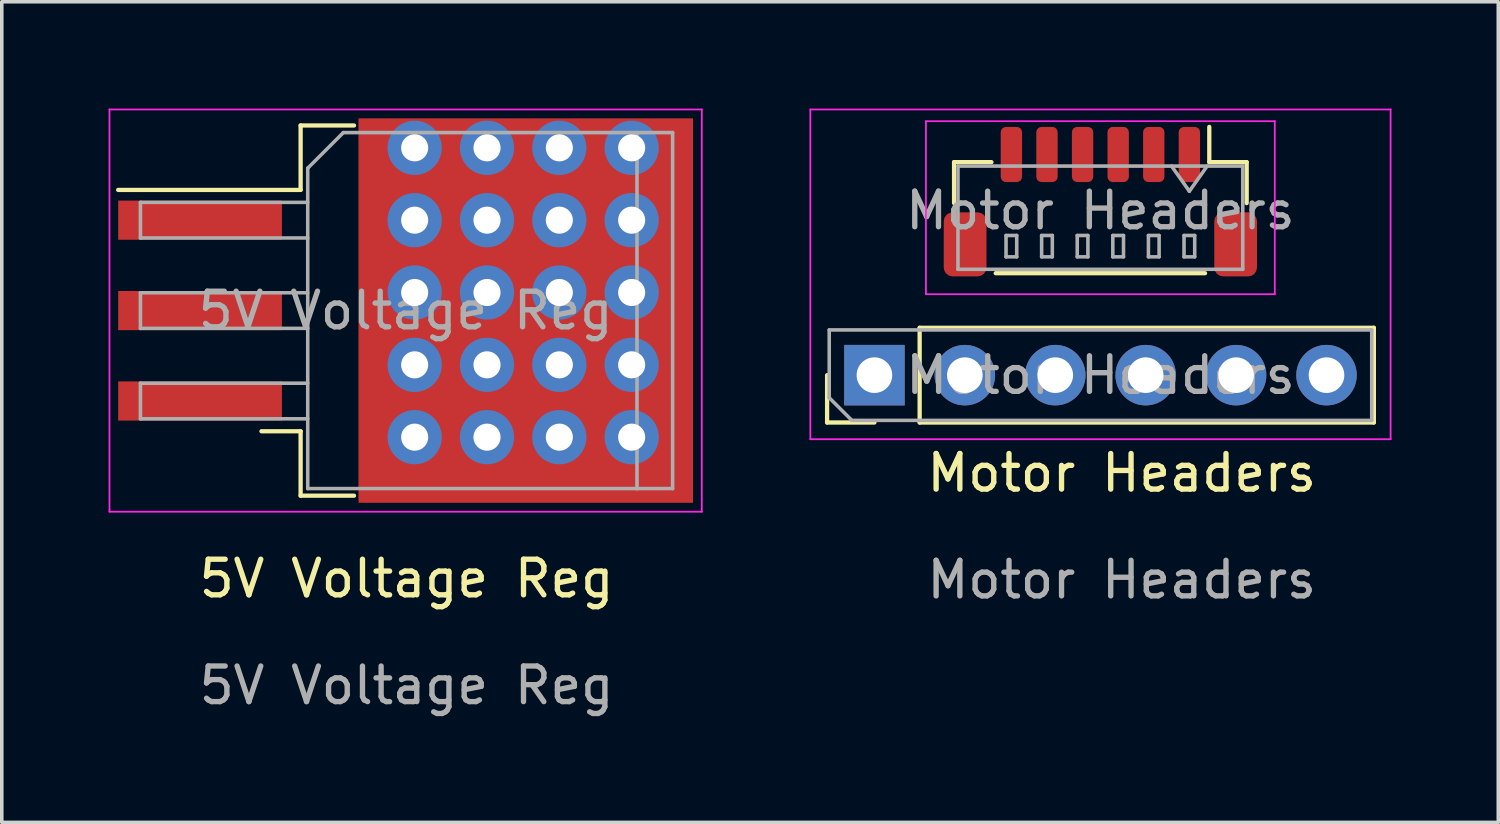
<source format=kicad_pcb>
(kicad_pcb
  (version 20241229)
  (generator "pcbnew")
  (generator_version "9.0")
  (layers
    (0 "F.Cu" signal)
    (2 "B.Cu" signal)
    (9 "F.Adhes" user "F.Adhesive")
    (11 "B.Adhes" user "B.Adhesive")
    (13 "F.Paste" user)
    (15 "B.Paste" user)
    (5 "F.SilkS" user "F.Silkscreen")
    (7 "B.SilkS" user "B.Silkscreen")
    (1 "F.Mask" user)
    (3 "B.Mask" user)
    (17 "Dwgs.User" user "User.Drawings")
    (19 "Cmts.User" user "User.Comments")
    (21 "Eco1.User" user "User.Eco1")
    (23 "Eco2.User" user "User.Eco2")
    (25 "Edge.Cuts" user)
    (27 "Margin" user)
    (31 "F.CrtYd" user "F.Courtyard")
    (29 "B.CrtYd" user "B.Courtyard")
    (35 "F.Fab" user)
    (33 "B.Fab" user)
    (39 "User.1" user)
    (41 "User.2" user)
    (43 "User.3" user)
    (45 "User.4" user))
  (footprint "5V Voltage Reg"
    (layer "F.Cu")
    (at 8.371 13.705)
    (property "Reference" "5V Voltage Reg" (at 0 -0.5 0) (unlocked yes) (layer "F.SilkS") (effects (font (size 1 1) (thickness 0.15))))
    (attr smd)
    (fp_line (start -2.976 -13.23) (end -2.976 -11.42) (stroke (width 0.12) (type solid)) (layer "F.SilkS"))
    (fp_line (start -2.976 -11.42) (end -8.101 -11.42) (stroke (width 0.12) (type solid)) (layer "F.SilkS"))
    (fp_line (start -2.976 -4.64) (end -4.076 -4.64) (stroke (width 0.12) (type solid)) (layer "F.SilkS"))
    (fp_line (start -2.976 -2.83) (end -2.976 -4.64) (stroke (width 0.12) (type solid)) (layer "F.SilkS"))
    (fp_line (start -1.476 -13.23) (end -2.976 -13.23) (stroke (width 0.12) (type solid)) (layer "F.SilkS"))
    (fp_line (start -1.476 -2.83) (end -2.976 -2.83) (stroke (width 0.12) (type solid)) (layer "F.SilkS"))
    (fp_line (start -8.346 -13.68) (end -8.346 -2.38) (stroke (width 0.05) (type solid)) (layer "F.CrtYd"))
    (fp_line (start -8.346 -2.38) (end 8.294 -2.38) (stroke (width 0.05) (type solid)) (layer "F.CrtYd"))
    (fp_line (start 8.294 -13.68) (end -8.346 -13.68) (stroke (width 0.05) (type solid)) (layer "F.CrtYd"))
    (fp_line (start 8.294 -2.38) (end 8.294 -13.68) (stroke (width 0.05) (type solid)) (layer "F.CrtYd"))
    (fp_line (start -7.476 -11.07) (end -7.476 -10.07) (stroke (width 0.1) (type solid)) (layer "F.Fab"))
    (fp_line (start -7.476 -10.07) (end -2.776 -10.07) (stroke (width 0.1) (type solid)) (layer "F.Fab"))
    (fp_line (start -7.476 -8.53) (end -7.476 -7.53) (stroke (width 0.1) (type solid)) (layer "F.Fab"))
    (fp_line (start -7.476 -7.53) (end -2.776 -7.53) (stroke (width 0.1) (type solid)) (layer "F.Fab"))
    (fp_line (start -7.476 -5.99) (end -7.476 -4.99) (stroke (width 0.1) (type solid)) (layer "F.Fab"))
    (fp_line (start -7.476 -4.99) (end -2.776 -4.99) (stroke (width 0.1) (type solid)) (layer "F.Fab"))
    (fp_line (start -2.776 -12.03) (end -1.776 -13.03) (stroke (width 0.1) (type solid)) (layer "F.Fab"))
    (fp_line (start -2.776 -11.07) (end -7.476 -11.07) (stroke (width 0.1) (type solid)) (layer "F.Fab"))
    (fp_line (start -2.776 -8.53) (end -7.476 -8.53) (stroke (width 0.1) (type solid)) (layer "F.Fab"))
    (fp_line (start -2.776 -5.99) (end -7.476 -5.99) (stroke (width 0.1) (type solid)) (layer "F.Fab"))
    (fp_line (start -2.776 -3.03) (end -2.776 -12.03) (stroke (width 0.1) (type solid)) (layer "F.Fab"))
    (fp_line (start -1.776 -13.03) (end 6.474 -13.03) (stroke (width 0.1) (type solid)) (layer "F.Fab"))
    (fp_line (start 6.474 -13.03) (end 6.474 -3.03) (stroke (width 0.1) (type solid)) (layer "F.Fab"))
    (fp_line (start 6.474 -13.03) (end 7.474 -13.03) (stroke (width 0.1) (type solid)) (layer "F.Fab"))
    (fp_line (start 6.474 -3.03) (end -2.776 -3.03) (stroke (width 0.1) (type solid)) (layer "F.Fab"))
    (fp_line (start 7.474 -13.03) (end 7.474 -3.03) (stroke (width 0.1) (type solid)) (layer "F.Fab"))
    (fp_line (start 7.474 -3.03) (end 6.474 -3.03) (stroke (width 0.1) (type solid)) (layer "F.Fab"))
    (fp_text user "${REFERENCE}" (at 0 2.5 0) (unlocked yes) (layer "F.Fab") (effects (font (size 1 1) (thickness 0.15))))
    (fp_text user "${REFERENCE}" (at -0.026 -8.03 180) (layer "F.Fab") (effects (font (size 1 1) (thickness 0.15))))
    (pad "" smd rect (at 0.924 -10.805) (size 4.55 5.25) (layers "F.Paste"))
    (pad "" smd rect (at 0.924 -5.255) (size 4.55 5.25) (layers "F.Paste"))
    (pad "" smd rect (at 5.774 -10.805) (size 4.55 5.25) (layers "F.Paste"))
    (pad "" smd rect (at 5.774 -5.255) (size 4.55 5.25) (layers "F.Paste"))
    (pad "1" smd rect (at -5.801 -10.57) (size 4.6 1.1) (layers "F.Cu" "F.Mask" "F.Paste"))
    (pad "2" smd rect (at -5.801 -8.03) (size 4.6 1.1) (layers "F.Cu" "F.Mask" "F.Paste"))
    (pad "2" thru_hole circle (at 0.228 -12.602) (size 1.524 1.524) (drill 0.762) (layers "*.Cu" "*.Mask"))
    (pad "2" thru_hole circle (at 0.228 -10.57) (size 1.524 1.524) (drill 0.762) (layers "*.Cu" "*.Mask"))
    (pad "2" thru_hole circle (at 0.228 -8.538) (size 1.524 1.524) (drill 0.762) (layers "*.Cu" "*.Mask"))
    (pad "2" thru_hole circle (at 0.228 -6.506) (size 1.524 1.524) (drill 0.762) (layers "*.Cu" "*.Mask"))
    (pad "2" thru_hole circle (at 0.228 -4.474) (size 1.524 1.524) (drill 0.762) (layers "*.Cu" "*.Mask"))
    (pad "2" thru_hole circle (at 2.26 -12.602) (size 1.524 1.524) (drill 0.762) (layers "*.Cu" "*.Mask"))
    (pad "2" thru_hole circle (at 2.26 -10.57) (size 1.524 1.524) (drill 0.762) (layers "*.Cu" "*.Mask"))
    (pad "2" thru_hole circle (at 2.26 -8.538) (size 1.524 1.524) (drill 0.762) (layers "*.Cu" "*.Mask"))
    (pad "2" thru_hole circle (at 2.26 -6.506) (size 1.524 1.524) (drill 0.762) (layers "*.Cu" "*.Mask"))
    (pad "2" thru_hole circle (at 2.26 -4.474) (size 1.524 1.524) (drill 0.762) (layers "*.Cu" "*.Mask"))
    (pad "2" smd rect (at 3.349 -8.03) (size 9.4 10.8) (layers "F.Cu" "F.Mask"))
    (pad "2" thru_hole circle (at 4.292 -12.602) (size 1.524 1.524) (drill 0.762) (layers "*.Cu" "*.Mask"))
    (pad "2" thru_hole circle (at 4.292 -10.57) (size 1.524 1.524) (drill 0.762) (layers "*.Cu" "*.Mask"))
    (pad "2" thru_hole circle (at 4.292 -8.538) (size 1.524 1.524) (drill 0.762) (layers "*.Cu" "*.Mask"))
    (pad "2" thru_hole circle (at 4.292 -6.506) (size 1.524 1.524) (drill 0.762) (layers "*.Cu" "*.Mask"))
    (pad "2" thru_hole circle (at 4.292 -4.474) (size 1.524 1.524) (drill 0.762) (layers "*.Cu" "*.Mask"))
    (pad "2" thru_hole circle (at 6.324 -12.602) (size 1.524 1.524) (drill 0.762) (layers "*.Cu" "*.Mask"))
    (pad "2" thru_hole circle (at 6.324 -10.57) (size 1.524 1.524) (drill 0.762) (layers "*.Cu" "*.Mask"))
    (pad "2" thru_hole circle (at 6.324 -8.538) (size 1.524 1.524) (drill 0.762) (layers "*.Cu" "*.Mask"))
    (pad "2" thru_hole circle (at 6.324 -6.506) (size 1.524 1.524) (drill 0.762) (layers "*.Cu" "*.Mask"))
    (pad "2" thru_hole circle (at 6.324 -4.474) (size 1.524 1.524) (drill 0.762) (layers "*.Cu" "*.Mask"))
    (pad "3" smd rect (at -5.801 -5.49) (size 4.6 1.1) (layers "F.Cu" "F.Mask" "F.Paste")))
  (footprint "Motor Headers"
    (layer "F.Cu")
    (at 28.462 10.735)
    (property "Reference" "Motor Headers" (at 0 -0.5 0) (unlocked yes) (layer "F.SilkS") (effects (font (size 1 1) (thickness 0.15))))
    (attr through_hole)
    (fp_line (start -8.277 -1.916) (end -8.277 -3.246) (stroke (width 0.12) (type solid)) (layer "F.SilkS"))
    (fp_line (start -6.947 -1.916) (end -8.277 -1.916) (stroke (width 0.12) (type solid)) (layer "F.SilkS"))
    (fp_line (start -5.677 -4.576) (end 7.083 -4.576) (stroke (width 0.12) (type solid)) (layer "F.SilkS"))
    (fp_line (start -5.677 -1.916) (end -5.677 -4.576) (stroke (width 0.12) (type solid)) (layer "F.SilkS"))
    (fp_line (start -5.677 -1.916) (end 7.083 -1.916) (stroke (width 0.12) (type solid)) (layer "F.SilkS"))
    (fp_line (start -4.71 -9.23) (end -3.66 -9.23) (stroke (width 0.12) (type solid)) (layer "F.SilkS"))
    (fp_line (start -4.71 -8.08) (end -4.71 -9.23) (stroke (width 0.12) (type solid)) (layer "F.SilkS"))
    (fp_line (start 2.34 -6.11) (end -3.54 -6.11) (stroke (width 0.12) (type solid)) (layer "F.SilkS"))
    (fp_line (start 2.46 -9.23) (end 2.46 -10.22) (stroke (width 0.12) (type solid)) (layer "F.SilkS"))
    (fp_line (start 3.51 -9.23) (end 2.46 -9.23) (stroke (width 0.12) (type solid)) (layer "F.SilkS"))
    (fp_line (start 3.51 -8.08) (end 3.51 -9.23) (stroke (width 0.12) (type solid)) (layer "F.SilkS"))
    (fp_line (start 7.083 -1.916) (end 7.083 -4.576) (stroke (width 0.12) (type solid)) (layer "F.SilkS"))
    (fp_line (start -8.747 -10.71) (end -8.747 -1.446) (stroke (width 0.05) (type solid)) (layer "F.CrtYd"))
    (fp_line (start -8.747 -1.446) (end 7.553 -1.446) (stroke (width 0.05) (type solid)) (layer "F.CrtYd"))
    (fp_line (start -5.5 -10.38) (end -5.5 -5.52) (stroke (width 0.05) (type solid)) (layer "F.CrtYd"))
    (fp_line (start -5.5 -5.52) (end 4.3 -5.52) (stroke (width 0.05) (type solid)) (layer "F.CrtYd"))
    (fp_line (start 4.3 -10.38) (end -5.5 -10.38) (stroke (width 0.05) (type solid)) (layer "F.CrtYd"))
    (fp_line (start 4.3 -5.52) (end 4.3 -10.38) (stroke (width 0.05) (type solid)) (layer "F.CrtYd"))
    (fp_line (start 7.553 -10.71) (end -8.747 -10.71) (stroke (width 0.05) (type solid)) (layer "F.CrtYd"))
    (fp_line (start 7.553 -1.446) (end 7.553 -10.71) (stroke (width 0.05) (type solid)) (layer "F.CrtYd"))
    (fp_line (start -8.217 -4.516) (end 7.023 -4.516) (stroke (width 0.1) (type solid)) (layer "F.Fab"))
    (fp_line (start -8.217 -2.611) (end -8.217 -4.516) (stroke (width 0.1) (type solid)) (layer "F.Fab"))
    (fp_line (start -7.582 -1.976) (end -8.217 -2.611) (stroke (width 0.1) (type solid)) (layer "F.Fab"))
    (fp_line (start -4.6 -9.12) (end -4.6 -6.22) (stroke (width 0.1) (type solid)) (layer "F.Fab"))
    (fp_line (start -3.25 -7.17) (end -3.25 -6.57) (stroke (width 0.1) (type solid)) (layer "F.Fab"))
    (fp_line (start -3.25 -6.57) (end -2.95 -6.57) (stroke (width 0.1) (type solid)) (layer "F.Fab"))
    (fp_line (start -2.95 -7.17) (end -3.25 -7.17) (stroke (width 0.1) (type solid)) (layer "F.Fab"))
    (fp_line (start -2.95 -6.57) (end -2.95 -7.17) (stroke (width 0.1) (type solid)) (layer "F.Fab"))
    (fp_line (start -2.25 -7.17) (end -2.25 -6.57) (stroke (width 0.1) (type solid)) (layer "F.Fab"))
    (fp_line (start -2.25 -6.57) (end -1.95 -6.57) (stroke (width 0.1) (type solid)) (layer "F.Fab"))
    (fp_line (start -1.95 -7.17) (end -2.25 -7.17) (stroke (width 0.1) (type solid)) (layer "F.Fab"))
    (fp_line (start -1.95 -6.57) (end -1.95 -7.17) (stroke (width 0.1) (type solid)) (layer "F.Fab"))
    (fp_line (start -1.25 -7.17) (end -1.25 -6.57) (stroke (width 0.1) (type solid)) (layer "F.Fab"))
    (fp_line (start -1.25 -6.57) (end -0.95 -6.57) (stroke (width 0.1) (type solid)) (layer "F.Fab"))
    (fp_line (start -0.95 -7.17) (end -1.25 -7.17) (stroke (width 0.1) (type solid)) (layer "F.Fab"))
    (fp_line (start -0.95 -6.57) (end -0.95 -7.17) (stroke (width 0.1) (type solid)) (layer "F.Fab"))
    (fp_line (start -0.25 -7.17) (end -0.25 -6.57) (stroke (width 0.1) (type solid)) (layer "F.Fab"))
    (fp_line (start -0.25 -6.57) (end 0.05 -6.57) (stroke (width 0.1) (type solid)) (layer "F.Fab"))
    (fp_line (start 0.05 -7.17) (end -0.25 -7.17) (stroke (width 0.1) (type solid)) (layer "F.Fab"))
    (fp_line (start 0.05 -6.57) (end 0.05 -7.17) (stroke (width 0.1) (type solid)) (layer "F.Fab"))
    (fp_line (start 0.75 -7.17) (end 0.75 -6.57) (stroke (width 0.1) (type solid)) (layer "F.Fab"))
    (fp_line (start 0.75 -6.57) (end 1.05 -6.57) (stroke (width 0.1) (type solid)) (layer "F.Fab"))
    (fp_line (start 1.05 -7.17) (end 0.75 -7.17) (stroke (width 0.1) (type solid)) (layer "F.Fab"))
    (fp_line (start 1.05 -6.57) (end 1.05 -7.17) (stroke (width 0.1) (type solid)) (layer "F.Fab"))
    (fp_line (start 1.75 -7.17) (end 1.75 -6.57) (stroke (width 0.1) (type solid)) (layer "F.Fab"))
    (fp_line (start 1.75 -6.57) (end 2.05 -6.57) (stroke (width 0.1) (type solid)) (layer "F.Fab"))
    (fp_line (start 1.9 -8.413) (end 1.4 -9.12) (stroke (width 0.1) (type solid)) (layer "F.Fab"))
    (fp_line (start 2.05 -7.17) (end 1.75 -7.17) (stroke (width 0.1) (type solid)) (layer "F.Fab"))
    (fp_line (start 2.05 -6.57) (end 2.05 -7.17) (stroke (width 0.1) (type solid)) (layer "F.Fab"))
    (fp_line (start 2.4 -9.12) (end 1.9 -8.413) (stroke (width 0.1) (type solid)) (layer "F.Fab"))
    (fp_line (start 3.4 -9.12) (end -4.6 -9.12) (stroke (width 0.1) (type solid)) (layer "F.Fab"))
    (fp_line (start 3.4 -9.12) (end 3.4 -6.22) (stroke (width 0.1) (type solid)) (layer "F.Fab"))
    (fp_line (start 3.4 -6.22) (end -4.6 -6.22) (stroke (width 0.1) (type solid)) (layer "F.Fab"))
    (fp_line (start 7.023 -4.516) (end 7.023 -1.976) (stroke (width 0.1) (type solid)) (layer "F.Fab"))
    (fp_line (start 7.023 -1.976) (end -7.582 -1.976) (stroke (width 0.1) (type solid)) (layer "F.Fab"))
    (fp_text user "${REFERENCE}" (at 0 2.5 0) (unlocked yes) (layer "F.Fab") (effects (font (size 1 1) (thickness 0.15))))
    (fp_text user "${REFERENCE}" (at -0.6 -7.87 0) (layer "F.Fab") (effects (font (size 1 1) (thickness 0.15))))
    (fp_text user "${REFERENCE}" (at -0.597 -3.246 0) (layer "F.Fab") (effects (font (size 1 1) (thickness 0.15))))
    (pad "1" thru_hole rect (at -6.947 -3.246 90) (size 1.7 1.7) (drill 1) (layers "*.Cu" "*.Mask"))
    (pad "1" smd roundrect (at -3.1 -9.445 180) (size 0.6 1.55) (layers "F.Cu" "F.Mask" "F.Paste") (roundrect_rratio 0.25))
    (pad "2" thru_hole oval (at -4.407 -3.246 90) (size 1.7 1.7) (drill 1) (layers "*.Cu" "*.Mask"))
    (pad "2" smd roundrect (at -2.1 -9.445 180) (size 0.6 1.55) (layers "F.Cu" "F.Mask" "F.Paste") (roundrect_rratio 0.25))
    (pad "3" thru_hole oval (at -1.867 -3.246 90) (size 1.7 1.7) (drill 1) (layers "*.Cu" "*.Mask"))
    (pad "3" smd roundrect (at -1.1 -9.445 180) (size 0.6 1.55) (layers "F.Cu" "F.Mask" "F.Paste") (roundrect_rratio 0.25))
    (pad "4" smd roundrect (at -0.1 -9.445 180) (size 0.6 1.55) (layers "F.Cu" "F.Mask" "F.Paste") (roundrect_rratio 0.25))
    (pad "4" thru_hole oval (at 0.673 -3.246 90) (size 1.7 1.7) (drill 1) (layers "*.Cu" "*.Mask"))
    (pad "5" smd roundrect (at 0.9 -9.445 180) (size 0.6 1.55) (layers "F.Cu" "F.Mask" "F.Paste") (roundrect_rratio 0.25))
    (pad "5" thru_hole oval (at 3.213 -3.246 90) (size 1.7 1.7) (drill 1) (layers "*.Cu" "*.Mask"))
    (pad "6" smd roundrect (at 1.9 -9.445 180) (size 0.6 1.55) (layers "F.Cu" "F.Mask" "F.Paste") (roundrect_rratio 0.25))
    (pad "6" thru_hole oval (at 5.753 -3.246 90) (size 1.7 1.7) (drill 1) (layers "*.Cu" "*.Mask"))
    (pad "MP" smd roundrect (at -4.4 -6.92 180) (size 1.2 1.8) (layers "F.Cu" "F.Mask" "F.Paste") (roundrect_rratio 0.208))
    (pad "MP" smd roundrect (at 3.2 -6.92 180) (size 1.2 1.8) (layers "F.Cu" "F.Mask" "F.Paste") (roundrect_rratio 0.208)))
  (gr_rect
    (start -3 -3)
    (end 39.04 20.053)
    (stroke (width 0.1) (type default))
    (fill no)
    (layer "Edge.Cuts")))
</source>
